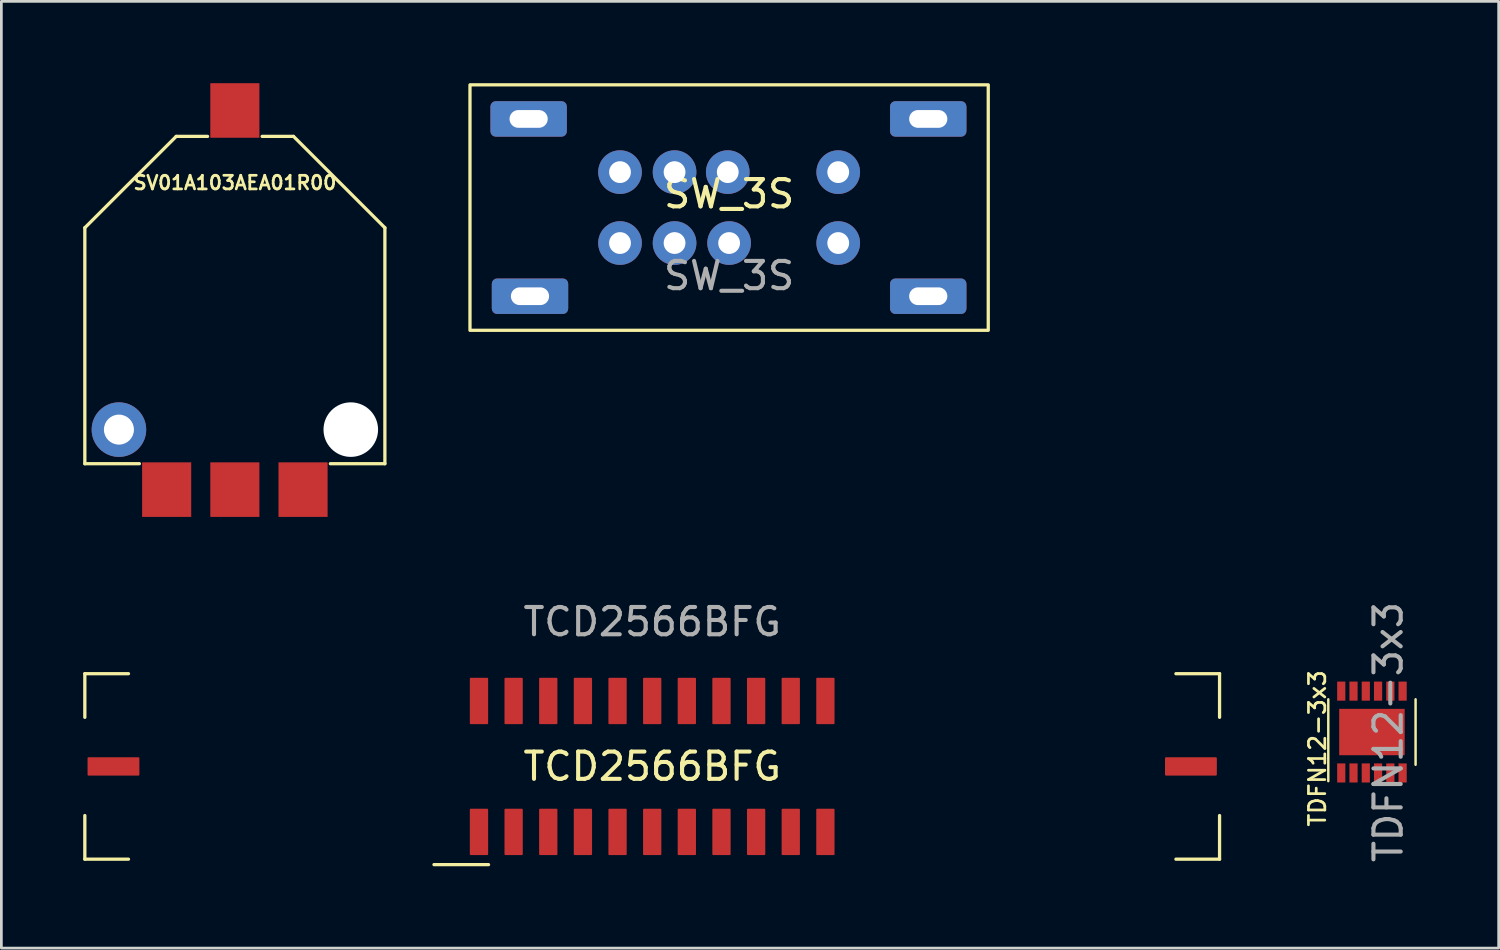
<source format=kicad_pcb>
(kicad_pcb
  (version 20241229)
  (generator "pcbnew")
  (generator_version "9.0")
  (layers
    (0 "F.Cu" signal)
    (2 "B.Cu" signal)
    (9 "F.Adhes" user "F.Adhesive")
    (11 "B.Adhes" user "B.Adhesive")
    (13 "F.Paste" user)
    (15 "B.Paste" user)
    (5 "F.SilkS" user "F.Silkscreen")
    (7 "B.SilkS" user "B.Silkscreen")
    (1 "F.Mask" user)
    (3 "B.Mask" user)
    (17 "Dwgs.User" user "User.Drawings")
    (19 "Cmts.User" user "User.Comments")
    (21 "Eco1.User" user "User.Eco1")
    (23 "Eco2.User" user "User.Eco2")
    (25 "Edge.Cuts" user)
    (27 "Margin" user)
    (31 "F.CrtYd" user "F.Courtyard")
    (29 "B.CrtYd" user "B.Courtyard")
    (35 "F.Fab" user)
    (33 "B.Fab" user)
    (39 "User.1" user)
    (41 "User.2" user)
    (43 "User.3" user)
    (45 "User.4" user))
  (footprint "SW_3S"
    (layer "F.Cu")
    (at 23.68 4.56)
    (property "Reference" "SW_3S" (at 0 -0.5 0) (unlocked yes) (layer "F.SilkS") (effects (font (size 1 1) (thickness 0.15))))
    (attr smd)
    (fp_rect (start -9.5 -4.5) (end 9.5 4.5) (stroke (width 0.12) (type default)) (fill no) (layer "F.SilkS"))
    (fp_text user "${REFERENCE}" (at 0 2.5 0) (unlocked yes) (layer "F.Fab") (effects (font (size 1 1) (thickness 0.15))))
    (pad "1" thru_hole circle (at -4 -1.3 90) (size 1.6 1.6) (drill 0.8) (layers "*.Cu" "*.Mask"))
    (pad "2" thru_hole circle (at -2 -1.3 90) (size 1.6 1.6) (drill 0.8) (layers "*.Cu" "*.Mask"))
    (pad "3" thru_hole circle (at -0.05 -1.3 90) (size 1.6 1.6) (drill 0.8) (layers "*.Cu" "*.Mask"))
    (pad "4" thru_hole circle (at 4 -1.3 90) (size 1.6 1.6) (drill 0.8) (layers "*.Cu" "*.Mask"))
    (pad "11" thru_hole circle (at -4 1.3 90) (size 1.6 1.6) (drill 0.8) (layers "*.Cu" "*.Mask"))
    (pad "12" thru_hole circle (at -2 1.3 90) (size 1.6 1.6) (drill 0.8) (layers "*.Cu" "*.Mask"))
    (pad "13" thru_hole circle (at 0 1.3 90) (size 1.6 1.6) (drill 0.8) (layers "*.Cu" "*.Mask"))
    (pad "14" thru_hole circle (at 4 1.3 90) (size 1.6 1.6) (drill 0.8) (layers "*.Cu" "*.Mask"))
    (pad "PAD" thru_hole roundrect (at -7.35 -3.25 90) (size 1.3 2.8) (drill oval 0.65 1.4) (layers "*.Cu" "*.Mask") (roundrect_rratio 0.15))
    (pad "PAD" thru_hole roundrect (at -7.3 3.25 90) (size 1.3 2.8) (drill oval 0.65 1.4) (layers "*.Cu" "*.Mask") (roundrect_rratio 0.15))
    (pad "PAD" thru_hole roundrect (at 7.3 -3.25 90) (size 1.3 2.8) (drill oval 0.65 1.4) (layers "*.Cu" "*.Mask") (roundrect_rratio 0.15))
    (pad "PAD" thru_hole roundrect (at 7.3 3.25 90) (size 1.3 2.8) (drill oval 0.65 1.4) (layers "*.Cu" "*.Mask") (roundrect_rratio 0.15)))
  (footprint "SV01A103AEA01R00"
    (layer "F.Cu")
    (at 5.56 7.2)
    (property "Reference" "SV01A103AEA01R00" (at 0 -3.55 0) (layer "F.SilkS") (effects (font (size 0.5 0.5) (thickness 0.1))))
    (attr through_hole)
    (fp_line (start -5.5 -1.9) (end -5.5 6.75) (stroke (width 0.12) (type solid)) (layer "F.SilkS"))
    (fp_line (start -3.5 6.75) (end -5.5 6.75) (stroke (width 0.12) (type solid)) (layer "F.SilkS"))
    (fp_line (start -2.15 -5.25) (end -5.5 -1.9) (stroke (width 0.12) (type solid)) (layer "F.SilkS"))
    (fp_line (start -1 -5.25) (end -2.15 -5.25) (stroke (width 0.12) (type solid)) (layer "F.SilkS"))
    (fp_line (start 2.15 -5.25) (end 1 -5.25) (stroke (width 0.12) (type solid)) (layer "F.SilkS"))
    (fp_line (start 2.15 -5.25) (end 5.5 -1.9) (stroke (width 0.12) (type solid)) (layer "F.SilkS"))
    (fp_line (start 5.5 -1.9) (end 5.5 6.75) (stroke (width 0.12) (type solid)) (layer "F.SilkS"))
    (fp_line (start 5.5 6.75) (end 3.5 6.75) (stroke (width 0.12) (type solid)) (layer "F.SilkS"))
    (fp_circle (center 0 0) (end 2.55 0) (stroke (width 0.12) (type solid)) (fill no) (layer "Eco1.User"))
    (pad "" np_thru_hole circle (at -4.25 5.5) (size 2 2) (drill 1.1) (layers "*.Cu" "*.Mask"))
    (pad "" np_thru_hole circle (at 4.25 5.5) (size 2 2) (drill 2) (layers "*.Cu" "*.Mask"))
    (pad "1" smd rect (at -2.5 7.7) (size 1.8 2) (layers "F.Cu" "F.Mask" "F.Paste"))
    (pad "2" smd rect (at 0 -6.2) (size 1.8 2) (layers "F.Cu" "F.Mask" "F.Paste"))
    (pad "2" smd rect (at 2.5 7.7 180) (size 1.8 2) (layers "F.Cu" "F.Mask" "F.Paste"))
    (pad "3" smd rect (at 0 7.7) (size 1.8 2) (layers "F.Cu" "F.Mask" "F.Paste")))
  (footprint "TDFN12-3x3"
    (layer "F.Cu")
    (at 47.246 23.787)
    (property "Reference" "TDFN12-3x3" (at -2 0.6 90) (unlocked yes) (layer "F.SilkS") (effects (font (size 0.6 0.6) (thickness 0.1) (bold yes))))
    (attr smd)
    (fp_line (start -1.6 -1.2) (end -1.6 1.8) (stroke (width 0.09) (type default)) (layer "F.SilkS"))
    (fp_line (start 1.6 -1.2) (end 1.6 1.2) (stroke (width 0.09) (type default)) (layer "F.SilkS"))
    (fp_rect (start -1.5 -1.5) (end 1.5 1.5) (stroke (width 0.05) (type default)) (fill no) (layer "Eco1.User"))
    (fp_text user "${REFERENCE}" (at 0.6 0 90) (unlocked yes) (layer "F.Fab") (effects (font (size 1 1) (thickness 0.15))))
    (pad "1" smd rect (at -1.125 1.5 90) (size 0.7 0.3) (layers "F.Cu" "F.Mask" "F.Paste"))
    (pad "2" smd rect (at -0.675 1.5 90) (size 0.7 0.3) (layers "F.Cu" "F.Mask" "F.Paste"))
    (pad "3" smd rect (at -0.225 1.5 90) (size 0.7 0.3) (layers "F.Cu" "F.Mask" "F.Paste"))
    (pad "4" smd rect (at 0.225 1.5 90) (size 0.7 0.3) (layers "F.Cu" "F.Mask" "F.Paste"))
    (pad "5" smd rect (at 0.675 1.5 90) (size 0.7 0.3) (layers "F.Cu" "F.Mask" "F.Paste"))
    (pad "6" smd rect (at 1.125 1.5 90) (size 0.7 0.3) (layers "F.Cu" "F.Mask" "F.Paste"))
    (pad "7" smd rect (at 1.125 -1.5 90) (size 0.7 0.3) (layers "F.Cu" "F.Mask" "F.Paste"))
    (pad "8" smd rect (at 0.675 -1.5 90) (size 0.7 0.3) (layers "F.Cu" "F.Mask" "F.Paste"))
    (pad "9" smd rect (at 0.225 -1.5 90) (size 0.7 0.3) (layers "F.Cu" "F.Mask" "F.Paste"))
    (pad "10" smd rect (at -0.225 -1.5 90) (size 0.7 0.3) (layers "F.Cu" "F.Mask" "F.Paste"))
    (pad "11" smd rect (at -0.675 -1.5 90) (size 0.7 0.3) (layers "F.Cu" "F.Mask" "F.Paste"))
    (pad "12" smd rect (at -1.125 -1.5 90) (size 0.7 0.3) (layers "F.Cu" "F.Mask" "F.Paste"))
    (pad "EP" smd rect (at 0 0 90) (size 1.7 2.4) (layers "F.Cu" "F.Mask" "F.Paste")))
  (footprint "TCD2566BFG"
    (layer "F.Cu")
    (at 20.86 25.048)
    (property "Reference" "TCD2566BFG" (at 0 0 0) (unlocked yes) (layer "F.SilkS") (effects (font (size 1 1) (thickness 0.15))))
    (attr smd)
    (fp_line (start -20.8 -3.4) (end -19.2 -3.4) (stroke (width 0.12) (type solid)) (layer "F.SilkS"))
    (fp_line (start -20.8 -1.8) (end -20.8 -3.4) (stroke (width 0.12) (type solid)) (layer "F.SilkS"))
    (fp_line (start -20.8 3.4) (end -20.8 1.8) (stroke (width 0.12) (type solid)) (layer "F.SilkS"))
    (fp_line (start -19.2 3.4) (end -20.8 3.4) (stroke (width 0.12) (type solid)) (layer "F.SilkS"))
    (fp_line (start -6 3.6) (end -8 3.6) (stroke (width 0.12) (type solid)) (layer "F.SilkS"))
    (fp_line (start 19.2 -3.4) (end 20.8 -3.4) (stroke (width 0.12) (type solid)) (layer "F.SilkS"))
    (fp_line (start 20.8 -3.4) (end 20.8 -1.8) (stroke (width 0.12) (type solid)) (layer "F.SilkS"))
    (fp_line (start 20.8 1.8) (end 20.8 3.4) (stroke (width 0.12) (type solid)) (layer "F.SilkS"))
    (fp_line (start 20.8 3.4) (end 19.2 3.4) (stroke (width 0.12) (type solid)) (layer "F.SilkS"))
    (fp_line (start -0.48 0) (end 3.52 0) (stroke (width 0.12) (type solid)) (layer "Eco1.User"))
    (fp_line (start 1.52 -1.27) (end 1.52 1.27) (stroke (width 0.12) (type solid)) (layer "Eco1.User"))
    (fp_line (start -20.5 -3.05) (end -20.5 3.05) (stroke (width 0.12) (type solid)) (layer "Eco2.User"))
    (fp_line (start -20.5 -3.05) (end 20.5 -3.05) (stroke (width 0.12) (type solid)) (layer "Eco2.User"))
    (fp_line (start -20.5 3.05) (end 20.5 3.05) (stroke (width 0.12) (type solid)) (layer "Eco2.User"))
    (fp_line (start -12.5 -2.54) (end -12.5 2.54) (stroke (width 0.12) (type solid)) (layer "Eco2.User"))
    (fp_line (start -12.5 0) (end 15.54 0) (stroke (width 0.12) (type solid)) (layer "Eco2.User"))
    (fp_line (start 1.52 -1.27) (end 1.52 1.27) (stroke (width 0.12) (type solid)) (layer "Eco2.User"))
    (fp_line (start 15.54 -2.54) (end 15.54 2.54) (stroke (width 0.12) (type solid)) (layer "Eco2.User"))
    (fp_line (start 20.5 -3.05) (end 20.5 3.05) (stroke (width 0.12) (type solid)) (layer "Eco2.User"))
    (fp_text user "${REFERENCE}" (at 0 -5.3 0) (unlocked yes) (layer "F.Fab") (effects (font (size 1 1) (thickness 0.15))))
    (pad "1" smd roundrect (at -6.35 2.4 90) (size 1.7 0.67) (layers "F.Cu" "F.Mask" "F.Paste") (roundrect_rratio 0.05))
    (pad "2" smd roundrect (at -5.08 2.4 90) (size 1.7 0.67) (layers "F.Cu" "F.Mask" "F.Paste") (roundrect_rratio 0.05))
    (pad "3" smd roundrect (at -3.81 2.4 90) (size 1.7 0.67) (layers "F.Cu" "F.Mask" "F.Paste") (roundrect_rratio 0.05))
    (pad "4" smd roundrect (at -2.54 2.4 90) (size 1.7 0.67) (layers "F.Cu" "F.Mask" "F.Paste") (roundrect_rratio 0.05))
    (pad "5" smd roundrect (at -1.27 2.4 90) (size 1.7 0.67) (layers "F.Cu" "F.Mask" "F.Paste") (roundrect_rratio 0.05))
    (pad "6" smd roundrect (at 0 2.4 90) (size 1.7 0.67) (layers "F.Cu" "F.Mask" "F.Paste") (roundrect_rratio 0.05))
    (pad "7" smd roundrect (at 1.27 2.4 90) (size 1.7 0.67) (layers "F.Cu" "F.Mask" "F.Paste") (roundrect_rratio 0.05))
    (pad "8" smd roundrect (at 2.54 2.4 90) (size 1.7 0.67) (layers "F.Cu" "F.Mask" "F.Paste") (roundrect_rratio 0.05))
    (pad "9" smd roundrect (at 3.81 2.4 90) (size 1.7 0.67) (layers "F.Cu" "F.Mask" "F.Paste") (roundrect_rratio 0.05))
    (pad "10" smd roundrect (at 5.08 2.4 90) (size 1.7 0.67) (layers "F.Cu" "F.Mask" "F.Paste") (roundrect_rratio 0.05))
    (pad "11" smd roundrect (at 6.35 2.4 90) (size 1.7 0.67) (layers "F.Cu" "F.Mask" "F.Paste") (roundrect_rratio 0.05))
    (pad "12" smd roundrect (at 6.35 -2.4 90) (size 1.7 0.67) (layers "F.Cu" "F.Mask" "F.Paste") (roundrect_rratio 0.05))
    (pad "13" smd roundrect (at 5.08 -2.4 90) (size 1.7 0.67) (layers "F.Cu" "F.Mask" "F.Paste") (roundrect_rratio 0.05))
    (pad "14" smd roundrect (at 3.81 -2.4 90) (size 1.7 0.67) (layers "F.Cu" "F.Mask" "F.Paste") (roundrect_rratio 0.05))
    (pad "15" smd roundrect (at 2.54 -2.4 90) (size 1.7 0.67) (layers "F.Cu" "F.Mask" "F.Paste") (roundrect_rratio 0.05))
    (pad "16" smd roundrect (at 1.27 -2.4 90) (size 1.7 0.67) (layers "F.Cu" "F.Mask" "F.Paste") (roundrect_rratio 0.05))
    (pad "17" smd roundrect (at 0 -2.4 90) (size 1.7 0.67) (layers "F.Cu" "F.Mask" "F.Paste") (roundrect_rratio 0.05))
    (pad "18" smd roundrect (at -1.27 -2.4 90) (size 1.7 0.67) (layers "F.Cu" "F.Mask" "F.Paste") (roundrect_rratio 0.05))
    (pad "19" smd roundrect (at -2.54 -2.4 90) (size 1.7 0.67) (layers "F.Cu" "F.Mask" "F.Paste") (roundrect_rratio 0.05))
    (pad "20" smd roundrect (at -3.81 -2.4 90) (size 1.7 0.67) (layers "F.Cu" "F.Mask" "F.Paste") (roundrect_rratio 0.05))
    (pad "21" smd roundrect (at -5.08 -2.4 90) (size 1.7 0.67) (layers "F.Cu" "F.Mask" "F.Paste") (roundrect_rratio 0.05))
    (pad "22" smd roundrect (at -6.35 -2.4 90) (size 1.7 0.67) (layers "F.Cu" "F.Mask" "F.Paste") (roundrect_rratio 0.05))
    (pad "MP" smd roundrect (at -19.75 0 180) (size 1.9 0.67) (layers "F.Cu" "F.Mask" "F.Paste") (roundrect_rratio 0.05))
    (pad "MP" smd roundrect (at 19.75 0 180) (size 1.9 0.67) (layers "F.Cu" "F.Mask" "F.Paste") (roundrect_rratio 0.05)))
  (gr_rect
    (start -3 -3)
    (end 51.892 31.708)
    (stroke (width 0.1) (type default))
    (fill no)
    (layer "Edge.Cuts")))
</source>
